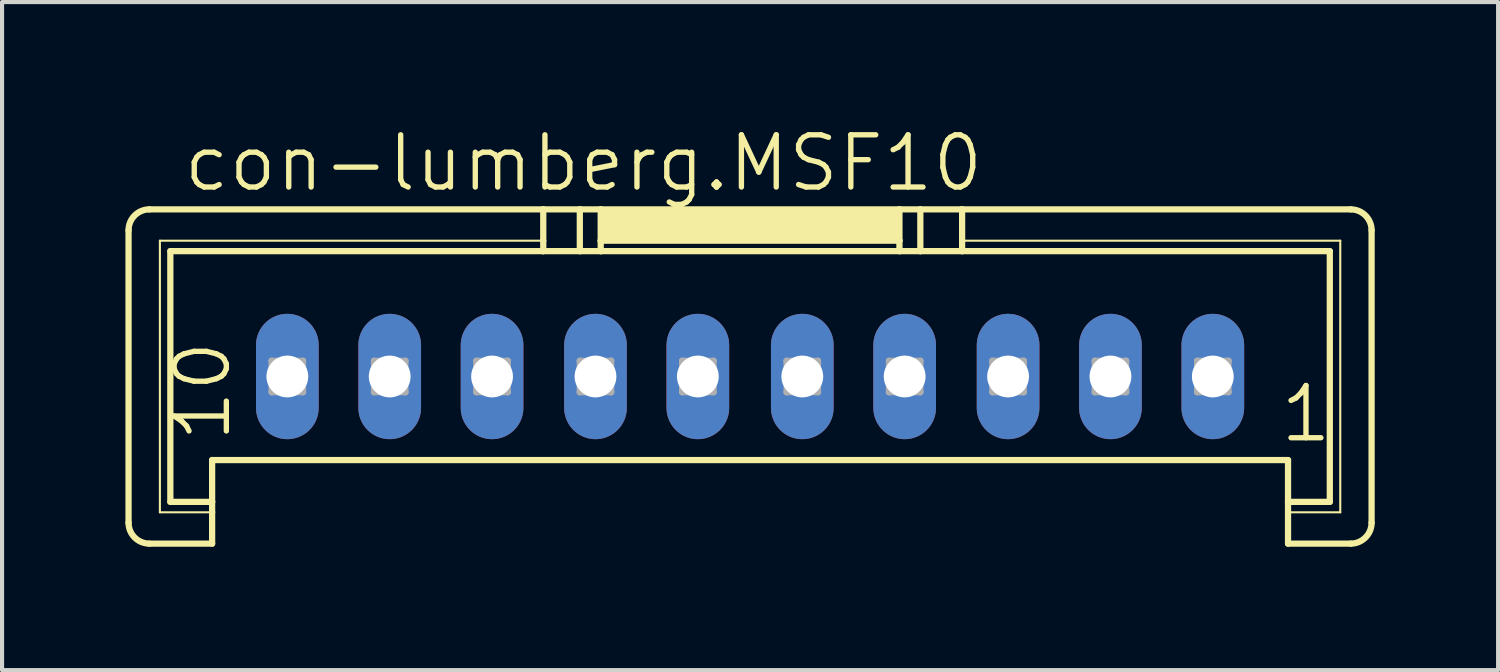
<source format=kicad_pcb>
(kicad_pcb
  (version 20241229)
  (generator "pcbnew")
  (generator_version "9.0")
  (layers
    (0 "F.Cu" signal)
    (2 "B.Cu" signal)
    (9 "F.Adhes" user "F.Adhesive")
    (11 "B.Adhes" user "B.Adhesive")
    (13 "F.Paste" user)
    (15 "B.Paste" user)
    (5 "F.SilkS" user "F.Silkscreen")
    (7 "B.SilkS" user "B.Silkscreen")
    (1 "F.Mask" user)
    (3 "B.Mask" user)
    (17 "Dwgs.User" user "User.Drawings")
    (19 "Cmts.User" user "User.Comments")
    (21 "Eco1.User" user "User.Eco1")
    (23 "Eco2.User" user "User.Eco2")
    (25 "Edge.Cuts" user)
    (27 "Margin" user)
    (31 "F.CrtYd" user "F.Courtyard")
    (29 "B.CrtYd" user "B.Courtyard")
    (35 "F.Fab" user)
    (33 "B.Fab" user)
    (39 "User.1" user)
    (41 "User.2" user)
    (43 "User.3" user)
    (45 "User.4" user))
  (footprint "con-lumberg.MSF10"
    (layer "F.Cu")
    (at 15.189 3.565)
    (property "Reference" "con-lumberg.MSF10" (at -13.843 -1.905 0) (layer "F.SilkS") (effects (font (size 1.27 1.27) (thickness 0.13)) (justify left bottom)))
    (attr through_hole)
    (fp_line (start -15.113 6.096) (end -15.113 -1.016) (stroke (width 0.152) (type default)) (layer "F.SilkS"))
    (fp_line (start -14.605 -1.524) (end -5.029 -1.524) (stroke (width 0.152) (type default)) (layer "F.SilkS"))
    (fp_line (start -14.351 -0.762) (end -5.029 -0.762) (stroke (width 0.051) (type default)) (layer "F.SilkS"))
    (fp_line (start -14.351 5.842) (end -14.351 -0.762) (stroke (width 0.051) (type default)) (layer "F.SilkS"))
    (fp_line (start -14.097 -0.508) (end -5.029 -0.508) (stroke (width 0.152) (type default)) (layer "F.SilkS"))
    (fp_line (start -14.097 5.588) (end -14.097 -0.508) (stroke (width 0.152) (type default)) (layer "F.SilkS"))
    (fp_line (start -13.081 5.588) (end -14.097 5.588) (stroke (width 0.152) (type default)) (layer "F.SilkS"))
    (fp_line (start -13.081 5.588) (end -13.081 4.572) (stroke (width 0.152) (type default)) (layer "F.SilkS"))
    (fp_line (start -13.081 5.588) (end -13.081 5.842) (stroke (width 0.152) (type default)) (layer "F.SilkS"))
    (fp_line (start -13.081 5.842) (end -14.351 5.842) (stroke (width 0.051) (type default)) (layer "F.SilkS"))
    (fp_line (start -13.081 5.842) (end -13.081 6.604) (stroke (width 0.152) (type default)) (layer "F.SilkS"))
    (fp_line (start -13.081 6.604) (end -14.605 6.604) (stroke (width 0.152) (type default)) (layer "F.SilkS"))
    (fp_line (start -5.029 -1.524) (end -5.029 -0.762) (stroke (width 0.152) (type default)) (layer "F.SilkS"))
    (fp_line (start -5.029 -1.524) (end -4.14 -1.524) (stroke (width 0.152) (type default)) (layer "F.SilkS"))
    (fp_line (start -5.029 -0.762) (end -5.029 -0.508) (stroke (width 0.152) (type default)) (layer "F.SilkS"))
    (fp_line (start -5.029 -0.508) (end -4.14 -0.508) (stroke (width 0.152) (type default)) (layer "F.SilkS"))
    (fp_line (start -4.14 -1.524) (end -4.14 -0.508) (stroke (width 0.152) (type default)) (layer "F.SilkS"))
    (fp_line (start -4.14 -1.524) (end -3.632 -1.524) (stroke (width 0.152) (type default)) (layer "F.SilkS"))
    (fp_line (start -4.14 -0.508) (end -3.632 -0.508) (stroke (width 0.152) (type default)) (layer "F.SilkS"))
    (fp_line (start -3.632 -1.524) (end -3.632 -0.762) (stroke (width 0.152) (type default)) (layer "F.SilkS"))
    (fp_line (start -3.632 -1.524) (end 3.632 -1.524) (stroke (width 0.152) (type default)) (layer "F.SilkS"))
    (fp_line (start -3.632 -0.762) (end -3.632 -0.508) (stroke (width 0.152) (type default)) (layer "F.SilkS"))
    (fp_line (start -3.632 -0.762) (end 3.632 -0.762) (stroke (width 0.152) (type default)) (layer "F.SilkS"))
    (fp_line (start -3.632 -0.508) (end 3.632 -0.508) (stroke (width 0.152) (type default)) (layer "F.SilkS"))
    (fp_line (start 3.632 -1.524) (end 3.632 -0.762) (stroke (width 0.152) (type default)) (layer "F.SilkS"))
    (fp_line (start 3.632 -1.524) (end 4.14 -1.524) (stroke (width 0.152) (type default)) (layer "F.SilkS"))
    (fp_line (start 3.632 -0.762) (end 3.632 -0.508) (stroke (width 0.152) (type default)) (layer "F.SilkS"))
    (fp_line (start 3.632 -0.508) (end 4.14 -0.508) (stroke (width 0.152) (type default)) (layer "F.SilkS"))
    (fp_line (start 4.14 -1.524) (end 4.14 -0.508) (stroke (width 0.152) (type default)) (layer "F.SilkS"))
    (fp_line (start 4.14 -1.524) (end 5.156 -1.524) (stroke (width 0.152) (type default)) (layer "F.SilkS"))
    (fp_line (start 4.14 -0.508) (end 5.156 -0.508) (stroke (width 0.152) (type default)) (layer "F.SilkS"))
    (fp_line (start 5.156 -1.524) (end 5.156 -0.762) (stroke (width 0.152) (type default)) (layer "F.SilkS"))
    (fp_line (start 5.156 -1.524) (end 14.605 -1.524) (stroke (width 0.152) (type default)) (layer "F.SilkS"))
    (fp_line (start 5.156 -0.762) (end 5.156 -0.508) (stroke (width 0.152) (type default)) (layer "F.SilkS"))
    (fp_line (start 5.156 -0.762) (end 14.351 -0.762) (stroke (width 0.051) (type default)) (layer "F.SilkS"))
    (fp_line (start 5.156 -0.508) (end 14.097 -0.508) (stroke (width 0.152) (type default)) (layer "F.SilkS"))
    (fp_line (start 13.081 4.572) (end -13.081 4.572) (stroke (width 0.152) (type default)) (layer "F.SilkS"))
    (fp_line (start 13.081 5.588) (end 13.081 4.572) (stroke (width 0.152) (type default)) (layer "F.SilkS"))
    (fp_line (start 13.081 5.842) (end 13.081 5.588) (stroke (width 0.152) (type default)) (layer "F.SilkS"))
    (fp_line (start 13.081 6.604) (end 13.081 5.842) (stroke (width 0.152) (type default)) (layer "F.SilkS"))
    (fp_line (start 14.097 -0.508) (end 14.097 5.588) (stroke (width 0.152) (type default)) (layer "F.SilkS"))
    (fp_line (start 14.097 5.588) (end 13.081 5.588) (stroke (width 0.152) (type default)) (layer "F.SilkS"))
    (fp_line (start 14.351 -0.762) (end 14.351 5.842) (stroke (width 0.051) (type default)) (layer "F.SilkS"))
    (fp_line (start 14.351 5.842) (end 13.081 5.842) (stroke (width 0.051) (type default)) (layer "F.SilkS"))
    (fp_line (start 14.605 6.604) (end 13.081 6.604) (stroke (width 0.152) (type default)) (layer "F.SilkS"))
    (fp_line (start 15.113 -1.016) (end 15.113 6.096) (stroke (width 0.152) (type default)) (layer "F.SilkS"))
    (fp_rect (start -3.556 -0.762) (end 3.556 -1.524) (stroke (width 0.05) (type default)) (fill yes) (layer "F.SilkS"))
    (fp_arc (start -15.113 -1.016) (mid -14.96421 -1.37521) (end -14.605 -1.524) (stroke (width 0.1524) (type default)) (layer "F.SilkS"))
    (fp_arc (start -14.605 6.604) (mid -14.96421 6.45521) (end -15.113 6.096) (stroke (width 0.1524) (type default)) (layer "F.SilkS"))
    (fp_arc (start 14.605 -1.524) (mid 14.96421 -1.37521) (end 15.113 -1.016) (stroke (width 0.1524) (type default)) (layer "F.SilkS"))
    (fp_arc (start 15.113 6.096) (mid 14.96421 6.45521) (end 14.605 6.604) (stroke (width 0.1524) (type default)) (layer "F.SilkS"))
    (fp_line (start -11.633 2.159) (end -11.633 2.921) (stroke (width 0.152) (type default)) (layer "F.Fab"))
    (fp_line (start -11.633 2.159) (end -10.871 2.921) (stroke (width 0.152) (type default)) (layer "F.Fab"))
    (fp_line (start -11.633 2.921) (end -10.871 2.921) (stroke (width 0.152) (type default)) (layer "F.Fab"))
    (fp_line (start -10.871 2.159) (end -11.633 2.159) (stroke (width 0.152) (type default)) (layer "F.Fab"))
    (fp_line (start -10.871 2.159) (end -11.633 2.921) (stroke (width 0.152) (type default)) (layer "F.Fab"))
    (fp_line (start -10.871 2.921) (end -10.871 2.159) (stroke (width 0.152) (type default)) (layer "F.Fab"))
    (fp_line (start -9.144 2.159) (end -9.144 2.921) (stroke (width 0.152) (type default)) (layer "F.Fab"))
    (fp_line (start -9.144 2.159) (end -8.382 2.921) (stroke (width 0.152) (type default)) (layer "F.Fab"))
    (fp_line (start -9.144 2.921) (end -8.382 2.921) (stroke (width 0.152) (type default)) (layer "F.Fab"))
    (fp_line (start -8.382 2.159) (end -9.144 2.159) (stroke (width 0.152) (type default)) (layer "F.Fab"))
    (fp_line (start -8.382 2.159) (end -9.144 2.921) (stroke (width 0.152) (type default)) (layer "F.Fab"))
    (fp_line (start -8.382 2.921) (end -8.382 2.159) (stroke (width 0.152) (type default)) (layer "F.Fab"))
    (fp_line (start -6.655 2.159) (end -6.655 2.921) (stroke (width 0.152) (type default)) (layer "F.Fab"))
    (fp_line (start -6.655 2.159) (end -5.893 2.921) (stroke (width 0.152) (type default)) (layer "F.Fab"))
    (fp_line (start -6.655 2.921) (end -5.893 2.921) (stroke (width 0.152) (type default)) (layer "F.Fab"))
    (fp_line (start -5.893 2.159) (end -6.655 2.159) (stroke (width 0.152) (type default)) (layer "F.Fab"))
    (fp_line (start -5.893 2.159) (end -6.655 2.921) (stroke (width 0.152) (type default)) (layer "F.Fab"))
    (fp_line (start -5.893 2.921) (end -5.893 2.159) (stroke (width 0.152) (type default)) (layer "F.Fab"))
    (fp_line (start -4.14 2.159) (end -4.14 2.921) (stroke (width 0.152) (type default)) (layer "F.Fab"))
    (fp_line (start -4.14 2.159) (end -3.378 2.921) (stroke (width 0.152) (type default)) (layer "F.Fab"))
    (fp_line (start -4.14 2.921) (end -3.378 2.921) (stroke (width 0.152) (type default)) (layer "F.Fab"))
    (fp_line (start -3.378 2.159) (end -4.14 2.159) (stroke (width 0.152) (type default)) (layer "F.Fab"))
    (fp_line (start -3.378 2.159) (end -4.14 2.921) (stroke (width 0.152) (type default)) (layer "F.Fab"))
    (fp_line (start -3.378 2.921) (end -3.378 2.159) (stroke (width 0.152) (type default)) (layer "F.Fab"))
    (fp_line (start -1.651 2.159) (end -1.651 2.921) (stroke (width 0.152) (type default)) (layer "F.Fab"))
    (fp_line (start -1.651 2.159) (end -0.889 2.921) (stroke (width 0.152) (type default)) (layer "F.Fab"))
    (fp_line (start -1.651 2.921) (end -0.889 2.921) (stroke (width 0.152) (type default)) (layer "F.Fab"))
    (fp_line (start -0.889 2.159) (end -1.651 2.159) (stroke (width 0.152) (type default)) (layer "F.Fab"))
    (fp_line (start -0.889 2.159) (end -1.651 2.921) (stroke (width 0.152) (type default)) (layer "F.Fab"))
    (fp_line (start -0.889 2.921) (end -0.889 2.159) (stroke (width 0.152) (type default)) (layer "F.Fab"))
    (fp_line (start 0.889 2.159) (end 0.889 2.921) (stroke (width 0.152) (type default)) (layer "F.Fab"))
    (fp_line (start 0.889 2.159) (end 1.651 2.921) (stroke (width 0.152) (type default)) (layer "F.Fab"))
    (fp_line (start 0.889 2.921) (end 1.651 2.921) (stroke (width 0.152) (type default)) (layer "F.Fab"))
    (fp_line (start 1.651 2.159) (end 0.889 2.159) (stroke (width 0.152) (type default)) (layer "F.Fab"))
    (fp_line (start 1.651 2.159) (end 0.889 2.921) (stroke (width 0.152) (type default)) (layer "F.Fab"))
    (fp_line (start 1.651 2.921) (end 1.651 2.159) (stroke (width 0.152) (type default)) (layer "F.Fab"))
    (fp_line (start 3.378 2.159) (end 3.378 2.921) (stroke (width 0.152) (type default)) (layer "F.Fab"))
    (fp_line (start 3.378 2.159) (end 4.14 2.921) (stroke (width 0.152) (type default)) (layer "F.Fab"))
    (fp_line (start 3.378 2.921) (end 4.14 2.921) (stroke (width 0.152) (type default)) (layer "F.Fab"))
    (fp_line (start 4.14 2.159) (end 3.378 2.159) (stroke (width 0.152) (type default)) (layer "F.Fab"))
    (fp_line (start 4.14 2.159) (end 3.378 2.921) (stroke (width 0.152) (type default)) (layer "F.Fab"))
    (fp_line (start 4.14 2.921) (end 4.14 2.159) (stroke (width 0.152) (type default)) (layer "F.Fab"))
    (fp_line (start 5.893 2.159) (end 5.893 2.921) (stroke (width 0.152) (type default)) (layer "F.Fab"))
    (fp_line (start 5.893 2.159) (end 6.655 2.921) (stroke (width 0.152) (type default)) (layer "F.Fab"))
    (fp_line (start 5.893 2.921) (end 6.655 2.921) (stroke (width 0.152) (type default)) (layer "F.Fab"))
    (fp_line (start 6.655 2.159) (end 5.893 2.159) (stroke (width 0.152) (type default)) (layer "F.Fab"))
    (fp_line (start 6.655 2.159) (end 5.893 2.921) (stroke (width 0.152) (type default)) (layer "F.Fab"))
    (fp_line (start 6.655 2.921) (end 6.655 2.159) (stroke (width 0.152) (type default)) (layer "F.Fab"))
    (fp_line (start 8.382 2.159) (end 8.382 2.921) (stroke (width 0.152) (type default)) (layer "F.Fab"))
    (fp_line (start 8.382 2.159) (end 9.144 2.921) (stroke (width 0.152) (type default)) (layer "F.Fab"))
    (fp_line (start 8.382 2.921) (end 9.144 2.921) (stroke (width 0.152) (type default)) (layer "F.Fab"))
    (fp_line (start 9.144 2.159) (end 8.382 2.159) (stroke (width 0.152) (type default)) (layer "F.Fab"))
    (fp_line (start 9.144 2.159) (end 8.382 2.921) (stroke (width 0.152) (type default)) (layer "F.Fab"))
    (fp_line (start 9.144 2.921) (end 9.144 2.159) (stroke (width 0.152) (type default)) (layer "F.Fab"))
    (fp_line (start 10.871 2.159) (end 10.871 2.921) (stroke (width 0.152) (type default)) (layer "F.Fab"))
    (fp_line (start 10.871 2.159) (end 11.633 2.921) (stroke (width 0.152) (type default)) (layer "F.Fab"))
    (fp_line (start 10.871 2.921) (end 11.633 2.921) (stroke (width 0.152) (type default)) (layer "F.Fab"))
    (fp_line (start 11.633 2.159) (end 10.871 2.159) (stroke (width 0.152) (type default)) (layer "F.Fab"))
    (fp_line (start 11.633 2.159) (end 10.871 2.921) (stroke (width 0.152) (type default)) (layer "F.Fab"))
    (fp_line (start 11.633 2.921) (end 11.633 2.159) (stroke (width 0.152) (type default)) (layer "F.Fab"))
    (fp_text user "1" (at 12.827 4.191 0) (layer "F.SilkS") (effects (font (size 1.27 1.27) (thickness 0.13)) (justify left bottom)))
    (fp_text user "10" (at -12.573 4.191 90) (layer "F.SilkS") (effects (font (size 1.27 1.27) (thickness 0.13)) (justify left bottom)))
    (pad "1" thru_hole oval (at 11.252 2.54 90) (size 3.048 1.524) (drill 1.016) (layers "*.Cu" "*.Mask"))
    (pad "2" thru_hole oval (at 8.763 2.54 90) (size 3.048 1.524) (drill 1.016) (layers "*.Cu" "*.Mask"))
    (pad "3" thru_hole oval (at 6.274 2.54 90) (size 3.048 1.524) (drill 1.016) (layers "*.Cu" "*.Mask"))
    (pad "4" thru_hole oval (at 3.759 2.54 90) (size 3.048 1.524) (drill 1.016) (layers "*.Cu" "*.Mask"))
    (pad "5" thru_hole oval (at 1.27 2.54 90) (size 3.048 1.524) (drill 1.016) (layers "*.Cu" "*.Mask"))
    (pad "6" thru_hole oval (at -1.27 2.54 90) (size 3.048 1.524) (drill 1.016) (layers "*.Cu" "*.Mask"))
    (pad "7" thru_hole oval (at -3.759 2.54 90) (size 3.048 1.524) (drill 1.016) (layers "*.Cu" "*.Mask"))
    (pad "8" thru_hole oval (at -6.274 2.54 90) (size 3.048 1.524) (drill 1.016) (layers "*.Cu" "*.Mask"))
    (pad "9" thru_hole oval (at -8.763 2.54 90) (size 3.048 1.524) (drill 1.016) (layers "*.Cu" "*.Mask"))
    (pad "10" thru_hole oval (at -11.252 2.54 90) (size 3.048 1.524) (drill 1.016) (layers "*.Cu" "*.Mask")))
  (gr_rect
    (start -3 -3)
    (end 33.378 13.245)
    (stroke (width 0.1) (type default))
    (fill no)
    (layer "Edge.Cuts")))
</source>
